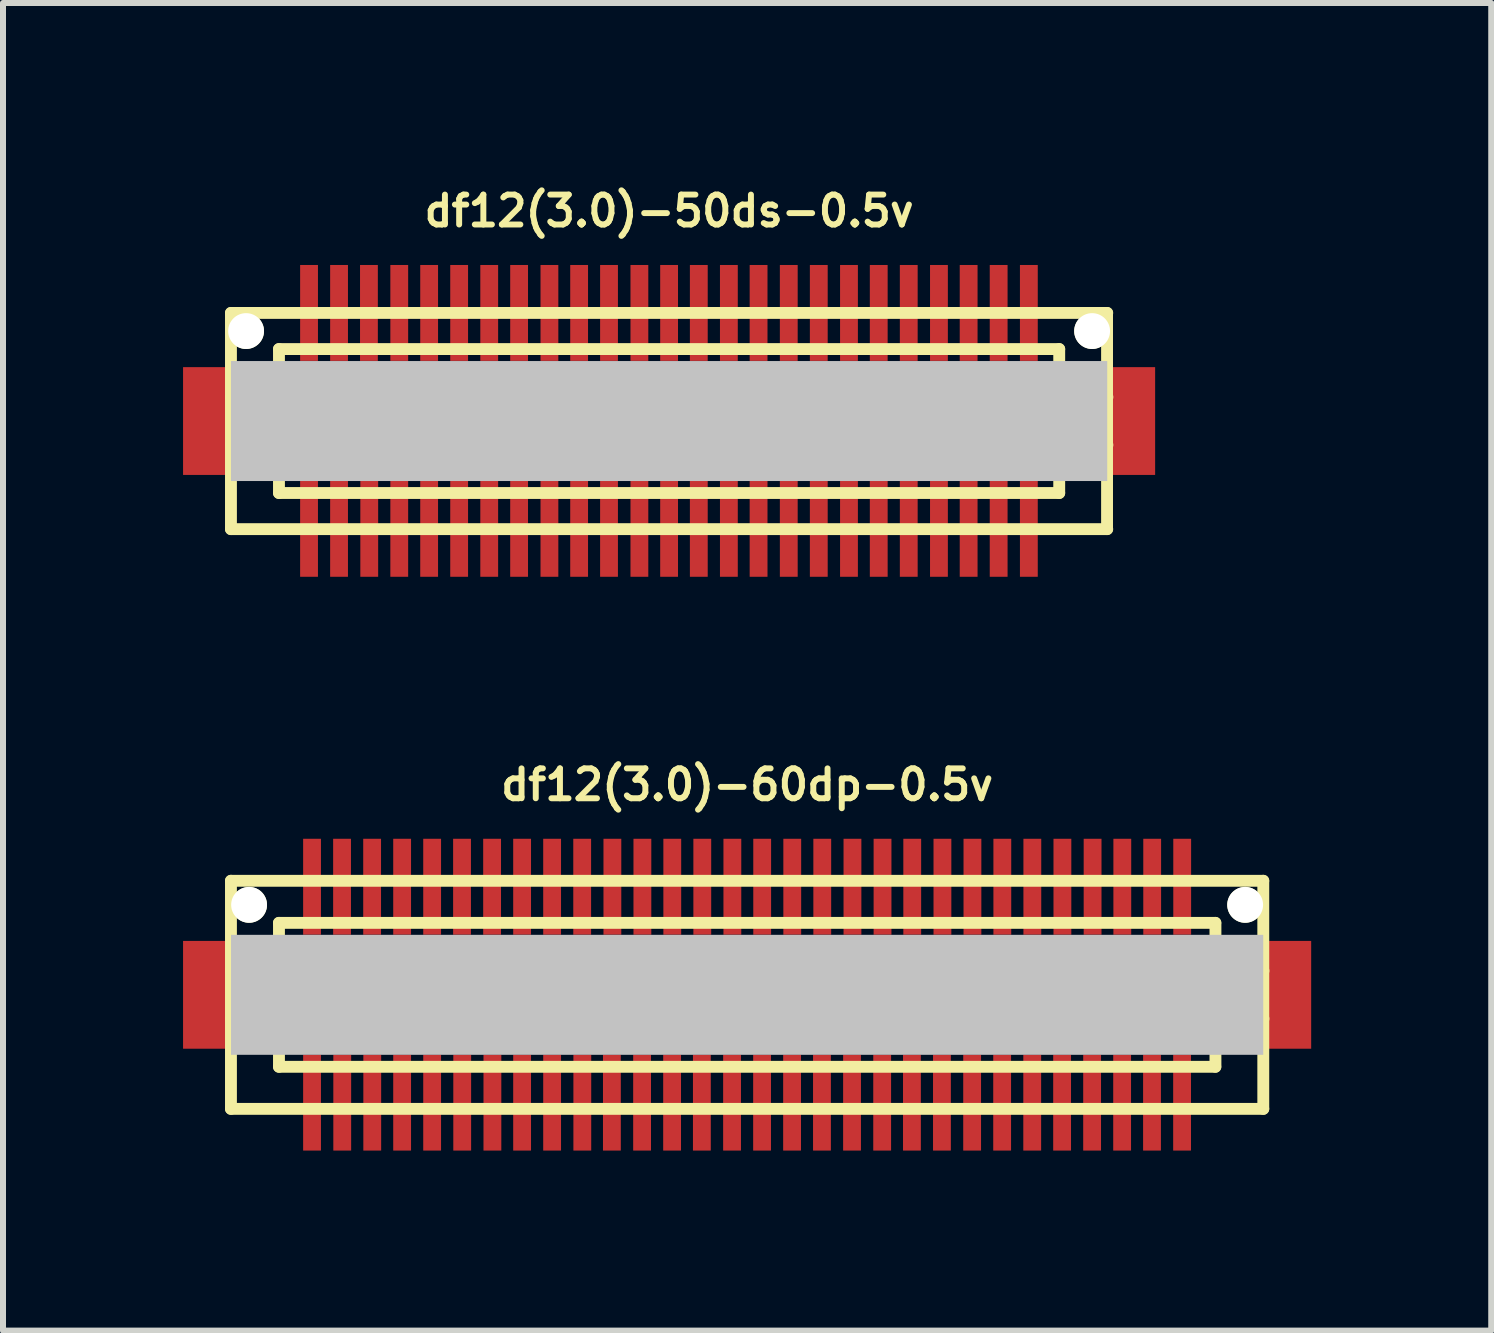
<source format=kicad_pcb>
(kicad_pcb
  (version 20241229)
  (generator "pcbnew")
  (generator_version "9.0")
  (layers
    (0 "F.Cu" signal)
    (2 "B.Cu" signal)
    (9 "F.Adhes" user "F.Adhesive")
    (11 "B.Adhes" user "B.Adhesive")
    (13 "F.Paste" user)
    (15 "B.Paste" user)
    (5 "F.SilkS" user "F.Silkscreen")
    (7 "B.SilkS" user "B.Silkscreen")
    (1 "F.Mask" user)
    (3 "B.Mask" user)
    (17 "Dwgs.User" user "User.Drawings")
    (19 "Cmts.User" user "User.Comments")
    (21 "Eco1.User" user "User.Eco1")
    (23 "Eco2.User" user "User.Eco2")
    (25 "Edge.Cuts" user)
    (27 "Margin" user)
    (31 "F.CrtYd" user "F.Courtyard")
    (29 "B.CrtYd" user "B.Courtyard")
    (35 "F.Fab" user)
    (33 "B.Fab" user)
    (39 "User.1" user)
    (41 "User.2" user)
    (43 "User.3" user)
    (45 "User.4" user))
  (footprint "df12(3.0)-60dp-0.5v"
    (layer "F.Cu")
    (at 9.398 13.525)
    (property "Reference" "df12(3.0)-60dp-0.5v" (at 0 -3.5 0) (layer "F.SilkS") (effects (font (size 0.498 0.498) (thickness 0.099))))
    (attr smd)
    (fp_line (start -8.6 -1.9) (end -8.6 1.9) (stroke (width 0.198) (type solid)) (layer "F.SilkS"))
    (fp_line (start -8.6 1.9) (end 8.6 1.9) (stroke (width 0.198) (type solid)) (layer "F.SilkS"))
    (fp_line (start -7.8 -1.199) (end 7.8 -1.199) (stroke (width 0.198) (type solid)) (layer "F.SilkS"))
    (fp_line (start -7.8 -0.399) (end -8.6 -0.399) (stroke (width 0.198) (type solid)) (layer "F.SilkS"))
    (fp_line (start -7.8 0.399) (end -8.6 0.399) (stroke (width 0.198) (type solid)) (layer "F.SilkS"))
    (fp_line (start -7.8 1.199) (end -7.8 -1.199) (stroke (width 0.198) (type solid)) (layer "F.SilkS"))
    (fp_line (start 7.8 1.199) (end -7.8 1.199) (stroke (width 0.198) (type solid)) (layer "F.SilkS"))
    (fp_line (start 7.803 -1.199) (end 7.803 1.199) (stroke (width 0.198) (type solid)) (layer "F.SilkS"))
    (fp_line (start 7.803 -0.399) (end 8.603 -0.399) (stroke (width 0.198) (type solid)) (layer "F.SilkS"))
    (fp_line (start 8.6 -1.9) (end -8.6 -1.9) (stroke (width 0.198) (type solid)) (layer "F.SilkS"))
    (fp_line (start 8.6 1.9) (end 8.6 -1.9) (stroke (width 0.198) (type solid)) (layer "F.SilkS"))
    (fp_line (start 8.603 0.399) (end 7.803 0.399) (stroke (width 0.198) (type solid)) (layer "F.SilkS"))
    (pad "" smd rect (at -8.999 0) (size 0.798 1.796) (layers "F.Cu" "F.Mask" "F.Paste"))
    (pad "" np_thru_hole circle (at -8.298 -1.499) (size 0.597 0.597) (drill 0.597) (layers "*.Cu" "*.Mask" "F.SilkS"))
    (pad "" smd rect (at 0 0) (size 17.198 1.999) (layers "Dwgs.User"))
    (pad "" np_thru_hole circle (at 8.298 -1.499) (size 0.597 0.597) (drill 0.597) (layers "*.Cu" "*.Mask" "F.SilkS"))
    (pad "" smd rect (at 8.999 0) (size 0.798 1.796) (layers "F.Cu" "F.Mask" "F.Paste"))
    (pad "1" smd rect (at 7.247 1.796) (size 0.297 1.598) (layers "F.Cu" "F.Mask" "F.Paste"))
    (pad "2" smd rect (at 6.746 1.796) (size 0.297 1.598) (layers "F.Cu" "F.Mask" "F.Paste"))
    (pad "3" smd rect (at 6.248 1.796) (size 0.297 1.598) (layers "F.Cu" "F.Mask" "F.Paste"))
    (pad "4" smd rect (at 5.748 1.796) (size 0.297 1.598) (layers "F.Cu" "F.Mask" "F.Paste"))
    (pad "5" smd rect (at 5.248 1.796) (size 0.297 1.598) (layers "F.Cu" "F.Mask" "F.Paste"))
    (pad "6" smd rect (at 4.75 1.796) (size 0.297 1.598) (layers "F.Cu" "F.Mask" "F.Paste"))
    (pad "7" smd rect (at 4.249 1.796) (size 0.297 1.598) (layers "F.Cu" "F.Mask" "F.Paste"))
    (pad "8" smd rect (at 3.749 1.796) (size 0.297 1.598) (layers "F.Cu" "F.Mask" "F.Paste"))
    (pad "9" smd rect (at 3.246 1.796) (size 0.297 1.598) (layers "F.Cu" "F.Mask" "F.Paste"))
    (pad "10" smd rect (at 2.746 1.796) (size 0.297 1.598) (layers "F.Cu" "F.Mask" "F.Paste"))
    (pad "11" smd rect (at 2.25 1.796) (size 0.297 1.598) (layers "F.Cu" "F.Mask" "F.Paste"))
    (pad "12" smd rect (at 1.748 1.796) (size 0.297 1.598) (layers "F.Cu" "F.Mask" "F.Paste"))
    (pad "13" smd rect (at 1.247 1.796) (size 0.297 1.598) (layers "F.Cu" "F.Mask" "F.Paste"))
    (pad "14" smd rect (at 0.749 1.796) (size 0.297 1.598) (layers "F.Cu" "F.Mask" "F.Paste"))
    (pad "15" smd rect (at 0.249 1.796) (size 0.297 1.598) (layers "F.Cu" "F.Mask" "F.Paste"))
    (pad "16" smd rect (at -0.251 1.796) (size 0.297 1.598) (layers "F.Cu" "F.Mask" "F.Paste"))
    (pad "17" smd rect (at -0.754 1.796) (size 0.297 1.598) (layers "F.Cu" "F.Mask" "F.Paste"))
    (pad "18" smd rect (at -1.25 1.796) (size 0.297 1.598) (layers "F.Cu" "F.Mask" "F.Paste"))
    (pad "19" smd rect (at -1.75 1.796) (size 0.297 1.598) (layers "F.Cu" "F.Mask" "F.Paste"))
    (pad "20" smd rect (at -2.253 1.796) (size 0.297 1.598) (layers "F.Cu" "F.Mask" "F.Paste"))
    (pad "21" smd rect (at -2.746 1.796) (size 0.297 1.598) (layers "F.Cu" "F.Mask" "F.Paste"))
    (pad "22" smd rect (at -3.249 1.796) (size 0.297 1.598) (layers "F.Cu" "F.Mask" "F.Paste"))
    (pad "23" smd rect (at -3.749 1.796) (size 0.297 1.598) (layers "F.Cu" "F.Mask" "F.Paste"))
    (pad "24" smd rect (at -4.244 1.796) (size 0.297 1.598) (layers "F.Cu" "F.Mask" "F.Paste"))
    (pad "25" smd rect (at -4.747 1.796) (size 0.297 1.598) (layers "F.Cu" "F.Mask" "F.Paste"))
    (pad "26" smd rect (at -5.248 1.796) (size 0.297 1.598) (layers "F.Cu" "F.Mask" "F.Paste"))
    (pad "27" smd rect (at -5.748 1.796) (size 0.297 1.598) (layers "F.Cu" "F.Mask" "F.Paste"))
    (pad "28" smd rect (at -6.246 1.796) (size 0.297 1.598) (layers "F.Cu" "F.Mask" "F.Paste"))
    (pad "29" smd rect (at -6.746 1.796) (size 0.297 1.598) (layers "F.Cu" "F.Mask" "F.Paste"))
    (pad "30" smd rect (at -7.249 1.796) (size 0.297 1.598) (layers "F.Cu" "F.Mask" "F.Paste"))
    (pad "31" smd rect (at -7.249 -1.801) (size 0.297 1.598) (layers "F.Cu" "F.Mask" "F.Paste"))
    (pad "32" smd rect (at -6.749 -1.801) (size 0.297 1.598) (layers "F.Cu" "F.Mask" "F.Paste"))
    (pad "33" smd rect (at -6.248 -1.801) (size 0.297 1.598) (layers "F.Cu" "F.Mask" "F.Paste"))
    (pad "34" smd rect (at -5.748 -1.801) (size 0.297 1.598) (layers "F.Cu" "F.Mask" "F.Paste"))
    (pad "35" smd rect (at -5.248 -1.801) (size 0.297 1.598) (layers "F.Cu" "F.Mask" "F.Paste"))
    (pad "36" smd rect (at -4.75 -1.801) (size 0.297 1.598) (layers "F.Cu" "F.Mask" "F.Paste"))
    (pad "37" smd rect (at -4.249 -1.801) (size 0.297 1.598) (layers "F.Cu" "F.Mask" "F.Paste"))
    (pad "38" smd rect (at -3.749 -1.801) (size 0.297 1.598) (layers "F.Cu" "F.Mask" "F.Paste"))
    (pad "39" smd rect (at -3.249 -1.801) (size 0.297 1.598) (layers "F.Cu" "F.Mask" "F.Paste"))
    (pad "40" smd rect (at -2.748 -1.801) (size 0.297 1.598) (layers "F.Cu" "F.Mask" "F.Paste"))
    (pad "41" smd rect (at -2.245 -1.801) (size 0.297 1.598) (layers "F.Cu" "F.Mask" "F.Paste"))
    (pad "42" smd rect (at -1.745 -1.801) (size 0.297 1.598) (layers "F.Cu" "F.Mask" "F.Paste"))
    (pad "43" smd rect (at -1.247 -1.801) (size 0.297 1.598) (layers "F.Cu" "F.Mask" "F.Paste"))
    (pad "44" smd rect (at -0.747 -1.801) (size 0.297 1.598) (layers "F.Cu" "F.Mask" "F.Paste"))
    (pad "45" smd rect (at -0.246 -1.801) (size 0.297 1.598) (layers "F.Cu" "F.Mask" "F.Paste"))
    (pad "46" smd rect (at 0.251 -1.801) (size 0.297 1.598) (layers "F.Cu" "F.Mask" "F.Paste"))
    (pad "47" smd rect (at 0.752 -1.801) (size 0.297 1.598) (layers "F.Cu" "F.Mask" "F.Paste"))
    (pad "48" smd rect (at 1.252 -1.801) (size 0.297 1.598) (layers "F.Cu" "F.Mask" "F.Paste"))
    (pad "49" smd rect (at 1.755 -1.801) (size 0.297 1.598) (layers "F.Cu" "F.Mask" "F.Paste"))
    (pad "50" smd rect (at 2.256 -1.801) (size 0.297 1.598) (layers "F.Cu" "F.Mask" "F.Paste"))
    (pad "51" smd rect (at 2.751 -1.801) (size 0.297 1.598) (layers "F.Cu" "F.Mask" "F.Paste"))
    (pad "52" smd rect (at 3.254 -1.801) (size 0.297 1.598) (layers "F.Cu" "F.Mask" "F.Paste"))
    (pad "53" smd rect (at 3.754 -1.801) (size 0.297 1.598) (layers "F.Cu" "F.Mask" "F.Paste"))
    (pad "54" smd rect (at 4.252 -1.801) (size 0.297 1.598) (layers "F.Cu" "F.Mask" "F.Paste"))
    (pad "55" smd rect (at 4.752 -1.801) (size 0.297 1.598) (layers "F.Cu" "F.Mask" "F.Paste"))
    (pad "56" smd rect (at 5.253 -1.801) (size 0.297 1.598) (layers "F.Cu" "F.Mask" "F.Paste"))
    (pad "57" smd rect (at 5.756 -1.801) (size 0.297 1.598) (layers "F.Cu" "F.Mask" "F.Paste"))
    (pad "58" smd rect (at 6.251 -1.801) (size 0.297 1.598) (layers "F.Cu" "F.Mask" "F.Paste"))
    (pad "59" smd rect (at 6.749 -1.801) (size 0.297 1.598) (layers "F.Cu" "F.Mask" "F.Paste"))
    (pad "60" smd rect (at 7.249 -1.801) (size 0.297 1.598) (layers "F.Cu" "F.Mask" "F.Paste")))
  (footprint "df12(3.0)-50ds-0.5v"
    (layer "F.Cu")
    (at 8.098 3.965)
    (property "Reference" "df12(3.0)-50ds-0.5v" (at 0 -3.5 0) (layer "F.SilkS") (effects (font (size 0.498 0.498) (thickness 0.099))))
    (attr smd)
    (fp_line (start -7.3 1.801) (end -7.3 -1.801) (stroke (width 0.198) (type solid)) (layer "F.SilkS"))
    (fp_line (start -7.3 1.801) (end 7.3 1.801) (stroke (width 0.198) (type solid)) (layer "F.SilkS"))
    (fp_line (start -6.5 -1.199) (end 6.5 -1.199) (stroke (width 0.198) (type solid)) (layer "F.SilkS"))
    (fp_line (start -6.5 -0.701) (end 6.5 -0.701) (stroke (width 0.198) (type solid)) (layer "F.SilkS"))
    (fp_line (start -6.5 -0.399) (end -7.3 -0.399) (stroke (width 0.198) (type solid)) (layer "F.SilkS"))
    (fp_line (start -6.5 0.399) (end -7.3 0.399) (stroke (width 0.198) (type solid)) (layer "F.SilkS"))
    (fp_line (start -6.5 0.701) (end 6.5 0.701) (stroke (width 0.198) (type solid)) (layer "F.SilkS"))
    (fp_line (start -6.5 1.199) (end -6.5 -1.199) (stroke (width 0.198) (type solid)) (layer "F.SilkS"))
    (fp_line (start 6.5 -1.199) (end 6.5 1.199) (stroke (width 0.198) (type solid)) (layer "F.SilkS"))
    (fp_line (start 6.5 1.199) (end -6.5 1.199) (stroke (width 0.198) (type solid)) (layer "F.SilkS"))
    (fp_line (start 6.502 -0.399) (end 7.303 -0.399) (stroke (width 0.198) (type solid)) (layer "F.SilkS"))
    (fp_line (start 7.297 -1.801) (end 7.297 1.801) (stroke (width 0.198) (type solid)) (layer "F.SilkS"))
    (fp_line (start 7.3 -1.801) (end -7.3 -1.801) (stroke (width 0.198) (type solid)) (layer "F.SilkS"))
    (fp_line (start 7.303 0.399) (end 6.502 0.399) (stroke (width 0.198) (type solid)) (layer "F.SilkS"))
    (pad "" smd rect (at -7.699 0) (size 0.798 1.796) (layers "F.Cu" "F.Mask" "F.Paste"))
    (pad "" np_thru_hole circle (at -7.048 -1.499) (size 0.597 0.597) (drill 0.597) (layers "*.Cu" "*.Mask" "F.SilkS"))
    (pad "" smd rect (at 0 0) (size 14.6 1.999) (layers "Dwgs.User"))
    (pad "" np_thru_hole circle (at 7.048 -1.499) (size 0.597 0.597) (drill 0.597) (layers "*.Cu" "*.Mask" "F.SilkS"))
    (pad "" smd rect (at 7.699 0) (size 0.798 1.796) (layers "F.Cu" "F.Mask" "F.Paste"))
    (pad "1" smd rect (at -5.999 1.796) (size 0.297 1.598) (layers "F.Cu" "F.Mask" "F.Paste"))
    (pad "2" smd rect (at -5.499 1.796) (size 0.297 1.598) (layers "F.Cu" "F.Mask" "F.Paste"))
    (pad "3" smd rect (at -4.996 1.796) (size 0.297 1.598) (layers "F.Cu" "F.Mask" "F.Paste"))
    (pad "4" smd rect (at -4.496 1.796) (size 0.297 1.598) (layers "F.Cu" "F.Mask" "F.Paste"))
    (pad "5" smd rect (at -3.998 1.796) (size 0.297 1.598) (layers "F.Cu" "F.Mask" "F.Paste"))
    (pad "6" smd rect (at -3.498 1.796) (size 0.297 1.598) (layers "F.Cu" "F.Mask" "F.Paste"))
    (pad "7" smd rect (at -2.997 1.796) (size 0.297 1.598) (layers "F.Cu" "F.Mask" "F.Paste"))
    (pad "8" smd rect (at -2.499 1.796) (size 0.297 1.598) (layers "F.Cu" "F.Mask" "F.Paste"))
    (pad "9" smd rect (at -1.994 1.796) (size 0.297 1.598) (layers "F.Cu" "F.Mask" "F.Paste"))
    (pad "10" smd rect (at -1.499 1.796) (size 0.297 1.598) (layers "F.Cu" "F.Mask" "F.Paste"))
    (pad "11" smd rect (at -1.001 1.796) (size 0.297 1.598) (layers "F.Cu" "F.Mask" "F.Paste"))
    (pad "12" smd rect (at -0.495 1.796) (size 0.297 1.598) (layers "F.Cu" "F.Mask" "F.Paste"))
    (pad "13" smd rect (at 0 1.796) (size 0.297 1.598) (layers "F.Cu" "F.Mask" "F.Paste"))
    (pad "14" smd rect (at 0.495 1.796) (size 0.297 1.598) (layers "F.Cu" "F.Mask" "F.Paste"))
    (pad "15" smd rect (at 0.996 1.796) (size 0.297 1.598) (layers "F.Cu" "F.Mask" "F.Paste"))
    (pad "16" smd rect (at 1.491 1.796) (size 0.297 1.598) (layers "F.Cu" "F.Mask" "F.Paste"))
    (pad "17" smd rect (at 1.994 1.796) (size 0.297 1.598) (layers "F.Cu" "F.Mask" "F.Paste"))
    (pad "18" smd rect (at 2.494 1.796) (size 0.297 1.598) (layers "F.Cu" "F.Mask" "F.Paste"))
    (pad "19" smd rect (at 2.997 1.796) (size 0.297 1.598) (layers "F.Cu" "F.Mask" "F.Paste"))
    (pad "20" smd rect (at 3.493 1.796) (size 0.297 1.598) (layers "F.Cu" "F.Mask" "F.Paste"))
    (pad "21" smd rect (at 3.993 1.796) (size 0.297 1.598) (layers "F.Cu" "F.Mask" "F.Paste"))
    (pad "22" smd rect (at 4.496 1.796) (size 0.297 1.598) (layers "F.Cu" "F.Mask" "F.Paste"))
    (pad "23" smd rect (at 4.991 1.796) (size 0.297 1.598) (layers "F.Cu" "F.Mask" "F.Paste"))
    (pad "24" smd rect (at 5.491 1.796) (size 0.297 1.598) (layers "F.Cu" "F.Mask" "F.Paste"))
    (pad "25" smd rect (at 5.994 1.796) (size 0.297 1.598) (layers "F.Cu" "F.Mask" "F.Paste"))
    (pad "26" smd rect (at 5.994 -1.801) (size 0.297 1.598) (layers "F.Cu" "F.Mask" "F.Paste"))
    (pad "27" smd rect (at 5.491 -1.801) (size 0.297 1.598) (layers "F.Cu" "F.Mask" "F.Paste"))
    (pad "28" smd rect (at 4.991 -1.801) (size 0.297 1.598) (layers "F.Cu" "F.Mask" "F.Paste"))
    (pad "29" smd rect (at 4.496 -1.801) (size 0.297 1.598) (layers "F.Cu" "F.Mask" "F.Paste"))
    (pad "30" smd rect (at 3.993 -1.801) (size 0.297 1.598) (layers "F.Cu" "F.Mask" "F.Paste"))
    (pad "31" smd rect (at 3.493 -1.801) (size 0.297 1.598) (layers "F.Cu" "F.Mask" "F.Paste"))
    (pad "32" smd rect (at 2.997 -1.801) (size 0.297 1.598) (layers "F.Cu" "F.Mask" "F.Paste"))
    (pad "33" smd rect (at 2.494 -1.801) (size 0.297 1.598) (layers "F.Cu" "F.Mask" "F.Paste"))
    (pad "34" smd rect (at 1.994 -1.801) (size 0.297 1.598) (layers "F.Cu" "F.Mask" "F.Paste"))
    (pad "35" smd rect (at 1.491 -1.801) (size 0.297 1.598) (layers "F.Cu" "F.Mask" "F.Paste"))
    (pad "36" smd rect (at 0.996 -1.801) (size 0.297 1.598) (layers "F.Cu" "F.Mask" "F.Paste"))
    (pad "37" smd rect (at 0.495 -1.801) (size 0.297 1.598) (layers "F.Cu" "F.Mask" "F.Paste"))
    (pad "38" smd rect (at 0 -1.801) (size 0.297 1.598) (layers "F.Cu" "F.Mask" "F.Paste"))
    (pad "39" smd rect (at -0.495 -1.801) (size 0.297 1.598) (layers "F.Cu" "F.Mask" "F.Paste"))
    (pad "40" smd rect (at -1.001 -1.801) (size 0.297 1.598) (layers "F.Cu" "F.Mask" "F.Paste"))
    (pad "41" smd rect (at -1.499 -1.801) (size 0.297 1.598) (layers "F.Cu" "F.Mask" "F.Paste"))
    (pad "42" smd rect (at -1.994 -1.801) (size 0.297 1.598) (layers "F.Cu" "F.Mask" "F.Paste"))
    (pad "43" smd rect (at -2.499 -1.801) (size 0.297 1.598) (layers "F.Cu" "F.Mask" "F.Paste"))
    (pad "44" smd rect (at -2.997 -1.801) (size 0.297 1.598) (layers "F.Cu" "F.Mask" "F.Paste"))
    (pad "45" smd rect (at -3.498 -1.801) (size 0.297 1.598) (layers "F.Cu" "F.Mask" "F.Paste"))
    (pad "46" smd rect (at -3.998 -1.801) (size 0.297 1.598) (layers "F.Cu" "F.Mask" "F.Paste"))
    (pad "47" smd rect (at -4.496 -1.801) (size 0.297 1.598) (layers "F.Cu" "F.Mask" "F.Paste"))
    (pad "48" smd rect (at -5.001 -1.801) (size 0.297 1.598) (layers "F.Cu" "F.Mask" "F.Paste"))
    (pad "49" smd rect (at -5.499 -1.801) (size 0.297 1.598) (layers "F.Cu" "F.Mask" "F.Paste"))
    (pad "50" smd rect (at -5.999 -1.801) (size 0.297 1.598) (layers "F.Cu" "F.Mask" "F.Paste")))
  (gr_rect
    (start -3 -3)
    (end 21.796 19.12)
    (stroke (width 0.1) (type default))
    (fill no)
    (layer "Edge.Cuts")))
</source>
